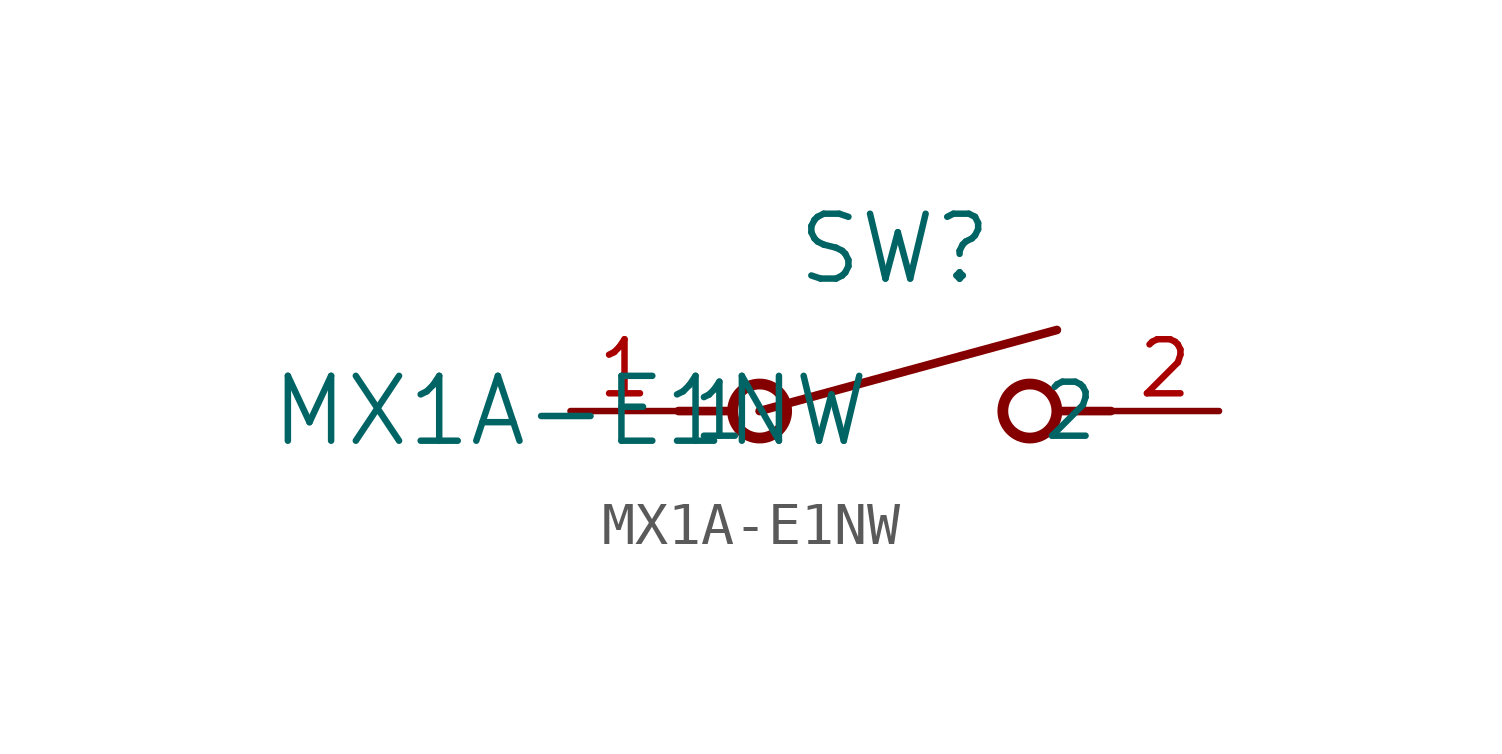
<source format=kicad_sym>
(kicad_symbol_lib
  (version 20220914)
  (generator kicad_symbol_editor)
  (symbol "MX1A-E1NW"
    (pin_names
      (offset 0.254))
    (property "Reference" "SW"
      (at 7.62 3.81 0)
      (effects (font (size 1.524 1.524))))
    (property "Value" "MX1A-E1NW"
      (at 0 0 0)
      (effects (font (size 1.524 1.524))))
    (symbol "MX1A-E1NW_0_1"
      (polyline (pts (xy 2.54 0) (xy 3.81 0)) (stroke (width 0.203) (type default)) (fill (type none)))
      (polyline (pts (xy 4.445 0) (xy 11.43 1.905)) (stroke (width 0.203) (type default)) (fill (type none)))
      (polyline (pts (xy 12.7 0) (xy 11.43 0)) (stroke (width 0.203) (type default)) (fill (type none)))
      (circle (center 4.445 0) (radius 0.635) (stroke (width 0.254) (type default)) (fill (type none)))
      (circle (center 10.795 0) (radius 0.635) (stroke (width 0.254) (type default)) (fill (type none)))
      (pin unspecified line (at 0 0 0) (length 2.54) (name "1" (effects (font (size 1.27 1.27)))) (number "1" (effects (font (size 1.27 1.27)))))
      (pin unspecified line (at 15.24 0 180) (length 2.54) (name "2" (effects (font (size 1.27 1.27)))) (number "2" (effects (font (size 1.27 1.27))))))))
</source>
